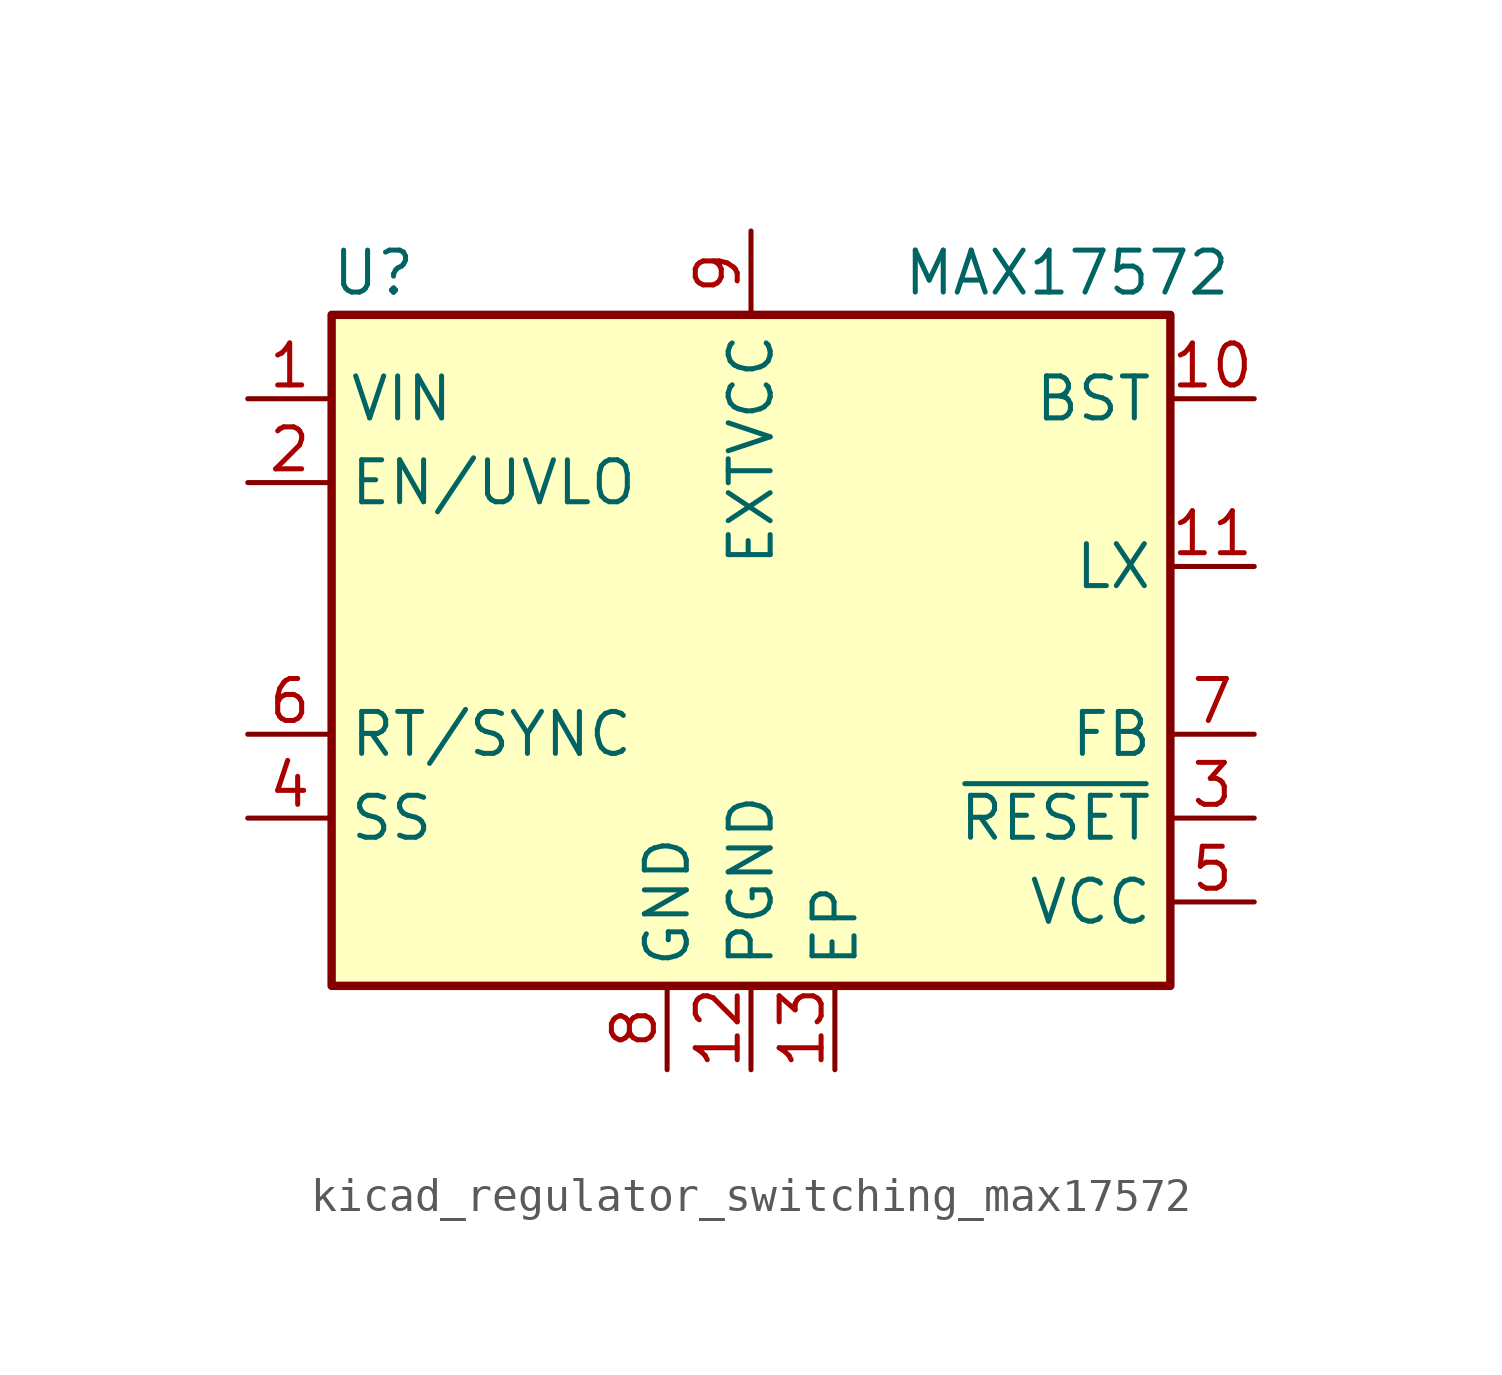
<source format=kicad_sym>
(kicad_symbol_lib
  (version 20220914)
  (generator kicad_symbol_editor)
  (symbol "kicad_regulator_switching_max17572"
    (property "Reference" "U"
      (at -11.43 11.43 0)
      (effects (font (size 1.27 1.27))))
    (property "Value" "MAX17572"
      (at 4.572 11.43 0)
      (effects (font (size 1.27 1.27)) (justify left)))
    (symbol "kicad_regulator_switching_max17572_0_1"
      (rectangle (start -12.7 10.16) (end 12.7 -10.16) (stroke (width 0.254) (type default)) (fill (type background))))
    (symbol "kicad_regulator_switching_max17572_1_1"
      (pin power_in line (at -15.24 7.62 0) (length 2.54) (name "VIN" (effects (font (size 1.27 1.27)))) (number "1" (effects (font (size 1.27 1.27)))))
      (pin passive line (at 15.24 7.62 180) (length 2.54) (name "BST" (effects (font (size 1.27 1.27)))) (number "10" (effects (font (size 1.27 1.27)))))
      (pin power_out line (at 15.24 2.54 180) (length 2.54) (name "LX" (effects (font (size 1.27 1.27)))) (number "11" (effects (font (size 1.27 1.27)))))
      (pin power_in line (at 0 -12.7 90) (length 2.54) (name "PGND" (effects (font (size 1.27 1.27)))) (number "12" (effects (font (size 1.27 1.27)))))
      (pin power_in line (at 2.54 -12.7 90) (length 2.54) (name "EP" (effects (font (size 1.27 1.27)))) (number "13" (effects (font (size 1.27 1.27)))))
      (pin input line (at -15.24 5.08 0) (length 2.54) (name "EN/UVLO" (effects (font (size 1.27 1.27)))) (number "2" (effects (font (size 1.27 1.27)))))
      (pin open_collector line (at 15.24 -5.08 180) (length 2.54) (name "~{RESET}" (effects (font (size 1.27 1.27)))) (number "3" (effects (font (size 1.27 1.27)))))
      (pin passive line (at -15.24 -5.08 0) (length 2.54) (name "SS" (effects (font (size 1.27 1.27)))) (number "4" (effects (font (size 1.27 1.27)))))
      (pin power_out line (at 15.24 -7.62 180) (length 2.54) (name "VCC" (effects (font (size 1.27 1.27)))) (number "5" (effects (font (size 1.27 1.27)))))
      (pin input line (at -15.24 -2.54 0) (length 2.54) (name "RT/SYNC" (effects (font (size 1.27 1.27)))) (number "6" (effects (font (size 1.27 1.27)))))
      (pin input line (at 15.24 -2.54 180) (length 2.54) (name "FB" (effects (font (size 1.27 1.27)))) (number "7" (effects (font (size 1.27 1.27)))))
      (pin power_in line (at -2.54 -12.7 90) (length 2.54) (name "GND" (effects (font (size 1.27 1.27)))) (number "8" (effects (font (size 1.27 1.27)))))
      (pin power_in line (at 0 12.7 270) (length 2.54) (name "EXTVCC" (effects (font (size 1.27 1.27)))) (number "9" (effects (font (size 1.27 1.27))))))))
</source>
